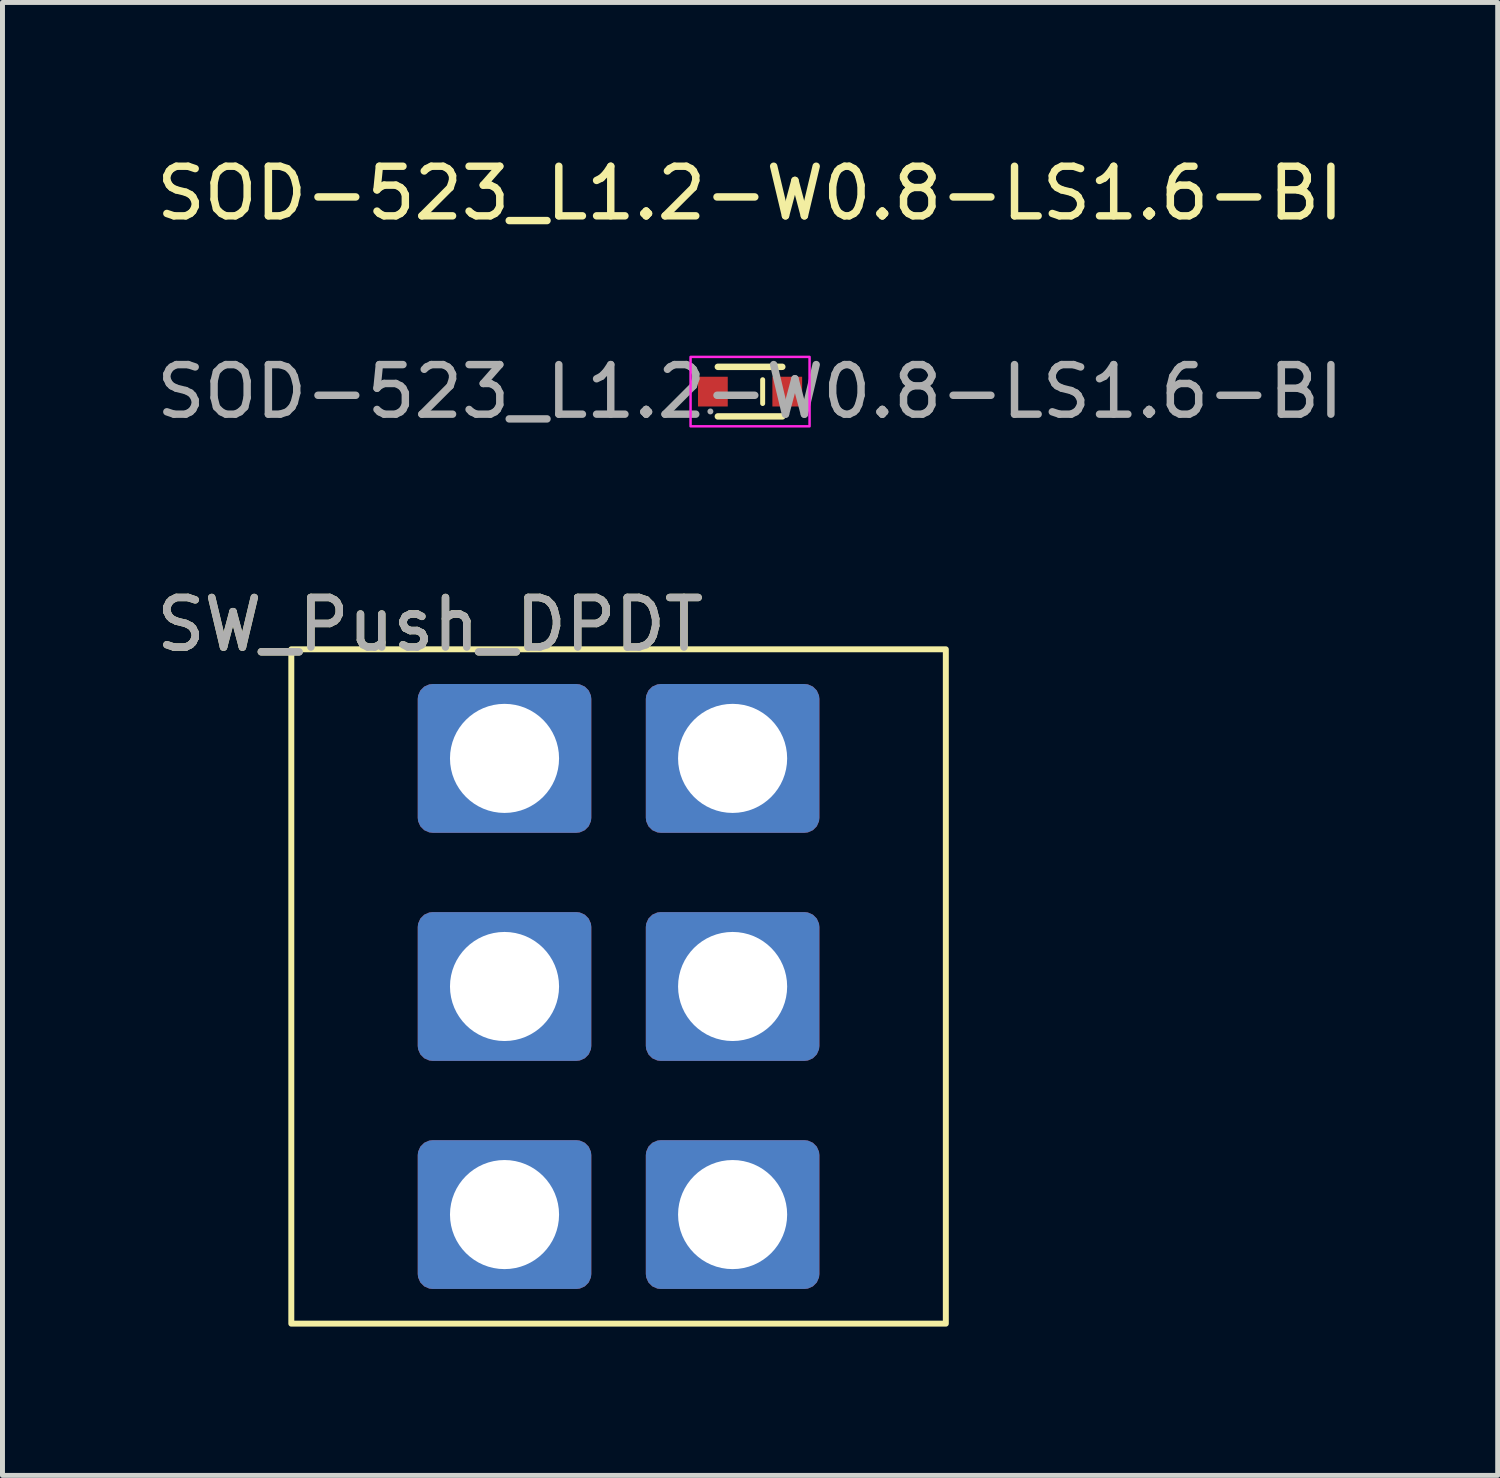
<source format=kicad_pcb>
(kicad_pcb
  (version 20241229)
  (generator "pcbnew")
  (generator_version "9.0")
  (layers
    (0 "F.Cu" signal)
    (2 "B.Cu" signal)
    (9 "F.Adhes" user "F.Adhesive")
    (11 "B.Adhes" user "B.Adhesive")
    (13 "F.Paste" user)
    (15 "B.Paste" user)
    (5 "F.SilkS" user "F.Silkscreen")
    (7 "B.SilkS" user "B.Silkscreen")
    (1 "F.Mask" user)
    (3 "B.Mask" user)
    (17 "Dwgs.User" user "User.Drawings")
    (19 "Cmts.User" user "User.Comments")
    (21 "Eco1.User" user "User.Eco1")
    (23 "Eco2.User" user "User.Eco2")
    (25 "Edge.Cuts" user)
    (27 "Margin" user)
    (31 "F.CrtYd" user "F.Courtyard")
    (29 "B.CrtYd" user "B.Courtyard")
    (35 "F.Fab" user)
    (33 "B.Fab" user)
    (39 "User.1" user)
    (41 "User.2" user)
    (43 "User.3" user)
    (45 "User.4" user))
  (footprint "SOD-523_L1.2-W0.8-LS1.6-BI"
    (layer "F.Cu")
    (at 12.077 4.848)
    (property "Reference" "SOD-523_L1.2-W0.8-LS1.6-BI" (at 0 -4 0) (layer "F.SilkS") (effects (font (size 1 1) (thickness 0.15))))
    (attr smd)
    (fp_line (start -0.65 -0.5) (end 0.65 -0.5) (stroke (width 0.13) (type solid)) (layer "F.SilkS"))
    (fp_line (start -0.65 0.5) (end 0.65 0.5) (stroke (width 0.13) (type solid)) (layer "F.SilkS"))
    (fp_line (start 0.254 -0.24) (end 0.254 0.24) (stroke (width 0.1) (type solid)) (layer "F.SilkS"))
    (fp_rect (start -1.2 -0.7) (end 1.2 0.7) (stroke (width 0.05) (type default)) (fill no) (layer "F.CrtYd"))
    (fp_circle (center -0.8 0.4) (end -0.77 0.4) (stroke (width 0.06) (type solid)) (fill no) (layer "F.Fab"))
    (fp_text user "${REFERENCE}" (at 0 0 0) (layer "F.Fab") (effects (font (size 1 1) (thickness 0.15))))
    (pad "1" smd rect (at -0.75 0) (size 0.6 0.6) (layers "F.Cu" "F.Mask" "F.Paste"))
    (pad "2" smd rect (at 0.75 0 180) (size 0.6 0.6) (layers "F.Cu" "F.Mask" "F.Paste")))
  (footprint "SW_Push_DPDT"
    (layer "F.Cu")
    (at 9.425 16.845)
    (property "Reference" "SW_Push_DPDT" (at -3.8 -7.3 0) (unlocked yes) (layer "F.SilkS") (effects (font (size 1 1) (thickness 0.15))))
    (attr through_hole)
    (fp_rect (start -6.6 6.8) (end 6.6 -6.8) (stroke (width 0.12) (type solid)) (fill no) (layer "F.SilkS"))
    (fp_text user "${REFERENCE}" (at -3.8 -7.3 0) (unlocked yes) (layer "F.Fab") (effects (font (size 1 1) (thickness 0.15))))
    (pad "1" thru_hole roundrect (at -2.3 -4.6) (size 3.5 3) (drill 2.2) (layers "*.Cu" "*.Mask") (roundrect_rratio 0.1))
    (pad "2" thru_hole roundrect (at -2.3 0) (size 3.5 3) (drill 2.2) (layers "*.Cu" "*.Mask") (roundrect_rratio 0.1))
    (pad "3" thru_hole roundrect (at -2.3 4.6) (size 3.5 3) (drill 2.2) (layers "*.Cu" "*.Mask") (roundrect_rratio 0.1))
    (pad "4" thru_hole roundrect (at 2.3 -4.6) (size 3.5 3) (drill 2.2) (layers "*.Cu" "*.Mask") (roundrect_rratio 0.1))
    (pad "5" thru_hole roundrect (at 2.3 0) (size 3.5 3) (drill 2.2) (layers "*.Cu" "*.Mask") (roundrect_rratio 0.1))
    (pad "6" thru_hole roundrect (at 2.3 4.6) (size 3.5 3) (drill 2.2) (layers "*.Cu" "*.Mask") (roundrect_rratio 0.1)))
  (gr_rect
    (start -3 -3)
    (end 27.155 26.705)
    (stroke (width 0.1) (type default))
    (fill no)
    (layer "Edge.Cuts")))
</source>
